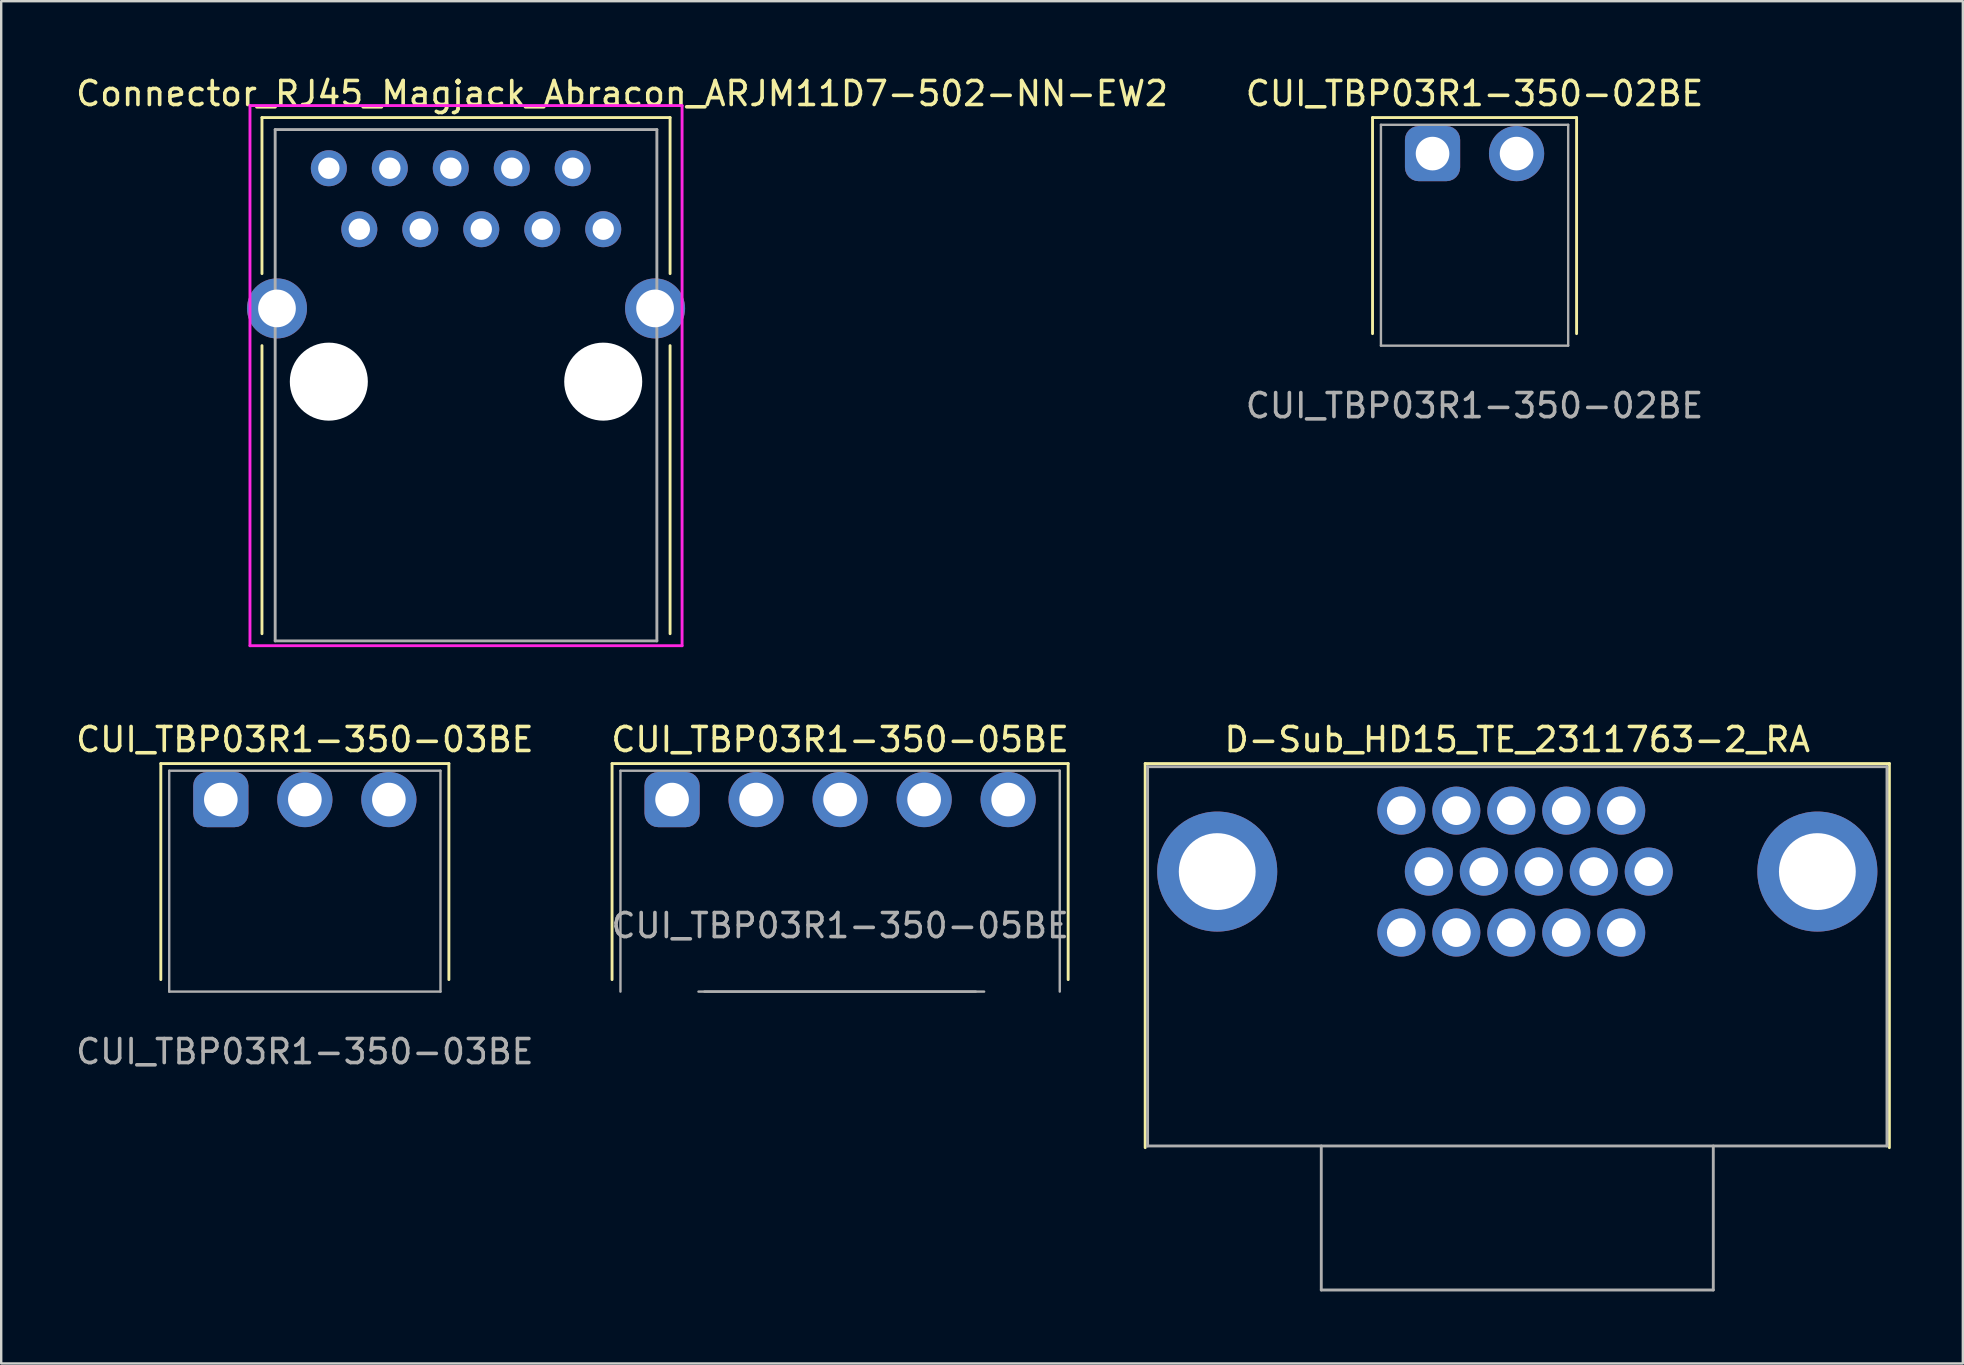
<source format=kicad_pcb>
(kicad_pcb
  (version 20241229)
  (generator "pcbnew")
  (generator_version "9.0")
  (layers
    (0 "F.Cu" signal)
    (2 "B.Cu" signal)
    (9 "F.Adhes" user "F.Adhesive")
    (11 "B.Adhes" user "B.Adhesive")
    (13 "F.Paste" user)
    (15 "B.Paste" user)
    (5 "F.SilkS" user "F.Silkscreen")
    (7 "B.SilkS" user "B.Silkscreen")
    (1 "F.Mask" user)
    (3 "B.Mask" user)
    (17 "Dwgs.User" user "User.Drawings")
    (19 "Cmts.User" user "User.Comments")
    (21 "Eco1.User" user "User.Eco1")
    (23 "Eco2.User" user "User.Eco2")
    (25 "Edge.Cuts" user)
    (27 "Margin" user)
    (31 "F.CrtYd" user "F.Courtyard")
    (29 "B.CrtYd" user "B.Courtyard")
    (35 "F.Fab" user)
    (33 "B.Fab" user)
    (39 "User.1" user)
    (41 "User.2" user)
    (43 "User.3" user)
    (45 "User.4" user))
  (footprint "CUI_TBP03R1-350-05BE"
    (layer "F.Cu")
    (at 31.946 38.257)
    (property "Reference" "CUI_TBP03R1-350-05BE" (at 0 -10.5 0) (unlocked yes) (layer "F.SilkS") (effects (font (size 1 1) (thickness 0.15))))
    (attr through_hole)
    (fp_line (start -9.5 -9.5) (end -9.5 -0.5) (stroke (width 0.12) (type default)) (layer "F.SilkS"))
    (fp_line (start 9.5 -9.5) (end -9.5 -9.5) (stroke (width 0.12) (type default)) (layer "F.SilkS"))
    (fp_line (start 9.5 -0.5) (end 9.5 -9.5) (stroke (width 0.12) (type default)) (layer "F.SilkS"))
    (fp_line (start -9.15 -9.2) (end -9.15 0) (stroke (width 0.1) (type default)) (layer "F.Fab"))
    (fp_line (start -9.15 -9.2) (end 9.15 -9.2) (stroke (width 0.1) (type default)) (layer "F.Fab"))
    (fp_line (start -5.9 0) (end 6 0) (stroke (width 0.1) (type default)) (layer "F.Fab"))
    (fp_line (start 5.65 0) (end -5.65 0) (stroke (width 0.1) (type default)) (layer "F.Fab"))
    (fp_line (start 9.15 -9.2) (end 9.15 0) (stroke (width 0.1) (type default)) (layer "F.Fab"))
    (fp_text user "${REFERENCE}" (at 0 -2.75 0) (unlocked yes) (layer "F.Fab") (effects (font (size 1 1) (thickness 0.15))))
    (pad "1" thru_hole roundrect (at -7 -8 90) (size 2.3 2.3) (drill 1.4) (layers "*.Cu" "*.Mask") (roundrect_rratio 0.25))
    (pad "2" thru_hole circle (at -3.5 -8) (size 2.3 2.3) (drill 1.4) (layers "*.Cu" "*.Mask"))
    (pad "3" thru_hole circle (at 0 -8) (size 2.3 2.3) (drill 1.4) (layers "*.Cu" "*.Mask"))
    (pad "4" thru_hole circle (at 3.5 -8) (size 2.3 2.3) (drill 1.4) (layers "*.Cu" "*.Mask"))
    (pad "5" thru_hole circle (at 7 -8) (size 2.3 2.3) (drill 1.4) (layers "*.Cu" "*.Mask")))
  (footprint "CUI_TBP03R1-350-03BE"
    (layer "F.Cu")
    (at 9.649 38.257)
    (property "Reference" "CUI_TBP03R1-350-03BE" (at 0 -10.5 0) (unlocked yes) (layer "F.SilkS") (effects (font (size 1 1) (thickness 0.15))))
    (attr through_hole)
    (fp_line (start -6 -9.5) (end -6 -0.5) (stroke (width 0.12) (type default)) (layer "F.SilkS"))
    (fp_line (start 6 -9.5) (end -6 -9.5) (stroke (width 0.12) (type default)) (layer "F.SilkS"))
    (fp_line (start 6 -0.5) (end 6 -9.5) (stroke (width 0.12) (type default)) (layer "F.SilkS"))
    (fp_line (start -5.65 -9.2) (end -5.65 0) (stroke (width 0.1) (type default)) (layer "F.Fab"))
    (fp_line (start -5.65 -9.2) (end 5.65 -9.2) (stroke (width 0.1) (type default)) (layer "F.Fab"))
    (fp_line (start 5.65 -9.2) (end 5.65 0) (stroke (width 0.1) (type default)) (layer "F.Fab"))
    (fp_line (start 5.65 0) (end -5.65 0) (stroke (width 0.1) (type default)) (layer "F.Fab"))
    (fp_text user "${REFERENCE}" (at 0 2.5 0) (unlocked yes) (layer "F.Fab") (effects (font (size 1 1) (thickness 0.15))))
    (pad "1" thru_hole roundrect (at -3.5 -8 90) (size 2.3 2.3) (drill 1.4) (layers "*.Cu" "*.Mask") (roundrect_rratio 0.25))
    (pad "2" thru_hole circle (at 0 -8) (size 2.3 2.3) (drill 1.4) (layers "*.Cu" "*.Mask"))
    (pad "3" thru_hole circle (at 3.5 -8) (size 2.3 2.3) (drill 1.4) (layers "*.Cu" "*.Mask")))
  (footprint "D-Sub_HD15_TE_2311763-2_RA"
    (layer "F.Cu")
    (at 60.155 33.257)
    (property "Reference" "D-Sub_HD15_TE_2311763-2_RA" (at 0 -5.5 0) (layer "F.SilkS") (effects (font (size 1 1) (thickness 0.15))))
    (attr through_hole)
    (fp_line (start -15.5 -4.5) (end -15.5 11.5) (stroke (width 0.12) (type solid)) (layer "F.SilkS"))
    (fp_line (start -15.5 -4.5) (end 15.5 -4.5) (stroke (width 0.12) (type solid)) (layer "F.SilkS"))
    (fp_line (start 15.5 -4.5) (end 15.5 11.5) (stroke (width 0.12) (type solid)) (layer "F.SilkS"))
    (fp_line (start -15.4 -4.37) (end -15.4 11.43) (stroke (width 0.12) (type solid)) (layer "F.Fab"))
    (fp_line (start -15.4 -4.37) (end 15.4 -4.37) (stroke (width 0.12) (type solid)) (layer "F.Fab"))
    (fp_line (start -15.4 11.43) (end 15.4 11.43) (stroke (width 0.12) (type solid)) (layer "F.Fab"))
    (fp_line (start -8.165 17.43) (end -8.165 11.43) (stroke (width 0.12) (type solid)) (layer "F.Fab"))
    (fp_line (start -8.165 17.43) (end 8.165 17.43) (stroke (width 0.12) (type solid)) (layer "F.Fab"))
    (fp_line (start 8.165 17.43) (end 8.165 11.43) (stroke (width 0.12) (type solid)) (layer "F.Fab"))
    (fp_line (start 15.4 11.43) (end 15.4 -4.37) (stroke (width 0.12) (type solid)) (layer "F.Fab"))
    (pad "0" thru_hole circle (at -12.5 0) (size 5 5) (drill 3.2) (layers "*.Cu" "*.Mask"))
    (pad "0" thru_hole circle (at 12.5 0) (size 5 5) (drill 3.2) (layers "*.Cu" "*.Mask"))
    (pad "1" thru_hole circle (at 4.33 -2.54) (size 2 2) (drill 1.2) (layers "*.Cu" "*.Mask"))
    (pad "2" thru_hole circle (at 2.04 -2.54) (size 2 2) (drill 1.2) (layers "*.Cu" "*.Mask"))
    (pad "3" thru_hole circle (at -0.25 -2.54) (size 2 2) (drill 1.2) (layers "*.Cu" "*.Mask"))
    (pad "4" thru_hole circle (at -2.54 -2.54) (size 2 2) (drill 1.2) (layers "*.Cu" "*.Mask"))
    (pad "5" thru_hole circle (at -4.83 -2.54) (size 2 2) (drill 1.2) (layers "*.Cu" "*.Mask"))
    (pad "6" thru_hole circle (at 5.475 0) (size 2 2) (drill 1.2) (layers "*.Cu" "*.Mask"))
    (pad "7" thru_hole circle (at 3.185 0) (size 2 2) (drill 1.2) (layers "*.Cu" "*.Mask"))
    (pad "8" thru_hole circle (at 0.895 0) (size 2 2) (drill 1.2) (layers "*.Cu" "*.Mask"))
    (pad "9" thru_hole circle (at -1.395 0) (size 2 2) (drill 1.2) (layers "*.Cu" "*.Mask"))
    (pad "10" thru_hole circle (at -3.685 0) (size 2 2) (drill 1.2) (layers "*.Cu" "*.Mask"))
    (pad "11" thru_hole circle (at 4.33 2.54) (size 2 2) (drill 1.2) (layers "*.Cu" "*.Mask"))
    (pad "12" thru_hole circle (at 2.04 2.54) (size 2 2) (drill 1.2) (layers "*.Cu" "*.Mask"))
    (pad "13" thru_hole circle (at -0.25 2.54) (size 2 2) (drill 1.2) (layers "*.Cu" "*.Mask"))
    (pad "14" thru_hole circle (at -2.54 2.54) (size 2 2) (drill 1.2) (layers "*.Cu" "*.Mask"))
    (pad "15" thru_hole circle (at -4.83 2.54) (size 2 2) (drill 1.2) (layers "*.Cu" "*.Mask")))
  (footprint "CUI_TBP03R1-350-02BE"
    (layer "F.Cu")
    (at 58.375 11.348)
    (property "Reference" "CUI_TBP03R1-350-02BE" (at 0 -10.5 0) (unlocked yes) (layer "F.SilkS") (effects (font (size 1 1) (thickness 0.15))))
    (attr through_hole)
    (fp_line (start -4.25 -9.5) (end -4.25 -0.5) (stroke (width 0.12) (type default)) (layer "F.SilkS"))
    (fp_line (start 4.25 -9.5) (end -4.25 -9.5) (stroke (width 0.12) (type default)) (layer "F.SilkS"))
    (fp_line (start 4.25 -0.5) (end 4.25 -9.5) (stroke (width 0.12) (type default)) (layer "F.SilkS"))
    (fp_line (start -3.9 -9.2) (end -3.9 0) (stroke (width 0.1) (type default)) (layer "F.Fab"))
    (fp_line (start -3.9 -9.2) (end 3.9 -9.2) (stroke (width 0.1) (type default)) (layer "F.Fab"))
    (fp_line (start 3.9 -9.2) (end 3.9 0) (stroke (width 0.1) (type default)) (layer "F.Fab"))
    (fp_line (start 3.9 0) (end -3.9 0) (stroke (width 0.1) (type default)) (layer "F.Fab"))
    (fp_text user "${REFERENCE}" (at 0 2.5 0) (unlocked yes) (layer "F.Fab") (effects (font (size 1 1) (thickness 0.15))))
    (pad "1" thru_hole roundrect (at -1.75 -8 90) (size 2.3 2.3) (drill 1.4) (layers "*.Cu" "*.Mask") (roundrect_rratio 0.25))
    (pad "2" thru_hole circle (at 1.75 -8) (size 2.3 2.3) (drill 1.4) (layers "*.Cu" "*.Mask")))
  (footprint "Connector_RJ45_Magjack_Abracon_ARJM11D7-502-NN-EW2"
    (layer "F.Cu")
    (at 16.363 12.848)
    (property "Reference" "Connector_RJ45_Magjack_Abracon_ARJM11D7-502-NN-EW2" (at 6.5 -12 0) (layer "F.SilkS") (effects (font (size 1 1) (thickness 0.15))))
    (attr through_hole)
    (fp_line (start -8.5 -11) (end -8.5 -4.5) (stroke (width 0.12) (type solid)) (layer "F.SilkS"))
    (fp_line (start -8.5 -11) (end 8.5 -11) (stroke (width 0.12) (type solid)) (layer "F.SilkS"))
    (fp_line (start -8.5 -1.5) (end -8.5 10.5) (stroke (width 0.12) (type solid)) (layer "F.SilkS"))
    (fp_line (start 8.5 -11) (end 8.5 -4.5) (stroke (width 0.12) (type solid)) (layer "F.SilkS"))
    (fp_line (start 8.5 -1.5) (end 8.5 10.5) (stroke (width 0.12) (type solid)) (layer "F.SilkS"))
    (fp_line (start -9 -11.5) (end 9 -11.5) (stroke (width 0.12) (type solid)) (layer "F.CrtYd"))
    (fp_line (start -9 11) (end -9 -11.5) (stroke (width 0.12) (type solid)) (layer "F.CrtYd"))
    (fp_line (start 9 -11.5) (end 9 11) (stroke (width 0.12) (type solid)) (layer "F.CrtYd"))
    (fp_line (start 9 11) (end -9 11) (stroke (width 0.12) (type solid)) (layer "F.CrtYd"))
    (fp_line (start -7.95 -10.5) (end 7.95 -10.5) (stroke (width 0.12) (type solid)) (layer "F.Fab"))
    (fp_line (start -7.95 10.8) (end -7.95 -10.5) (stroke (width 0.12) (type solid)) (layer "F.Fab"))
    (fp_line (start 7.95 -10.5) (end 7.95 10.8) (stroke (width 0.12) (type solid)) (layer "F.Fab"))
    (fp_line (start 7.95 10.8) (end -7.95 10.8) (stroke (width 0.12) (type solid)) (layer "F.Fab"))
    (pad "" np_thru_hole circle (at -5.715 0) (size 3.25 3.25) (drill 3.25) (layers "*.Cu" "*.Mask"))
    (pad "" np_thru_hole circle (at 5.715 0) (size 3.25 3.25) (drill 3.25) (layers "*.Cu" "*.Mask"))
    (pad "1" thru_hole circle (at 5.715 -6.35) (size 1.5 1.5) (drill 0.89) (layers "*.Cu" "*.Mask"))
    (pad "2" thru_hole circle (at 4.445 -8.89) (size 1.5 1.5) (drill 0.89) (layers "*.Cu" "*.Mask"))
    (pad "3" thru_hole circle (at 3.175 -6.35) (size 1.5 1.5) (drill 0.89) (layers "*.Cu" "*.Mask"))
    (pad "4" thru_hole circle (at 1.905 -8.89) (size 1.5 1.5) (drill 0.89) (layers "*.Cu" "*.Mask"))
    (pad "5" thru_hole circle (at 0.635 -6.35) (size 1.5 1.5) (drill 0.89) (layers "*.Cu" "*.Mask"))
    (pad "6" thru_hole circle (at -0.635 -8.89) (size 1.5 1.5) (drill 0.89) (layers "*.Cu" "*.Mask"))
    (pad "7" thru_hole circle (at -1.905 -6.35) (size 1.5 1.5) (drill 0.89) (layers "*.Cu" "*.Mask"))
    (pad "8" thru_hole circle (at -3.175 -8.89) (size 1.5 1.5) (drill 0.89) (layers "*.Cu" "*.Mask"))
    (pad "9" thru_hole circle (at -4.445 -6.35) (size 1.5 1.5) (drill 0.89) (layers "*.Cu" "*.Mask"))
    (pad "10" thru_hole circle (at -5.715 -8.89) (size 1.5 1.5) (drill 0.89) (layers "*.Cu" "*.Mask"))
    (pad "11" thru_hole circle (at -7.875 -3.05) (size 2.5 2.5) (drill 1.57) (layers "*.Cu" "*.Mask"))
    (pad "11" thru_hole circle (at 7.875 -3.05) (size 2.5 2.5) (drill 1.57) (layers "*.Cu" "*.Mask")))
  (gr_rect
    (start -3 -3)
    (end 78.715 53.746)
    (stroke (width 0.1) (type default))
    (fill no)
    (layer "Edge.Cuts")))
</source>
